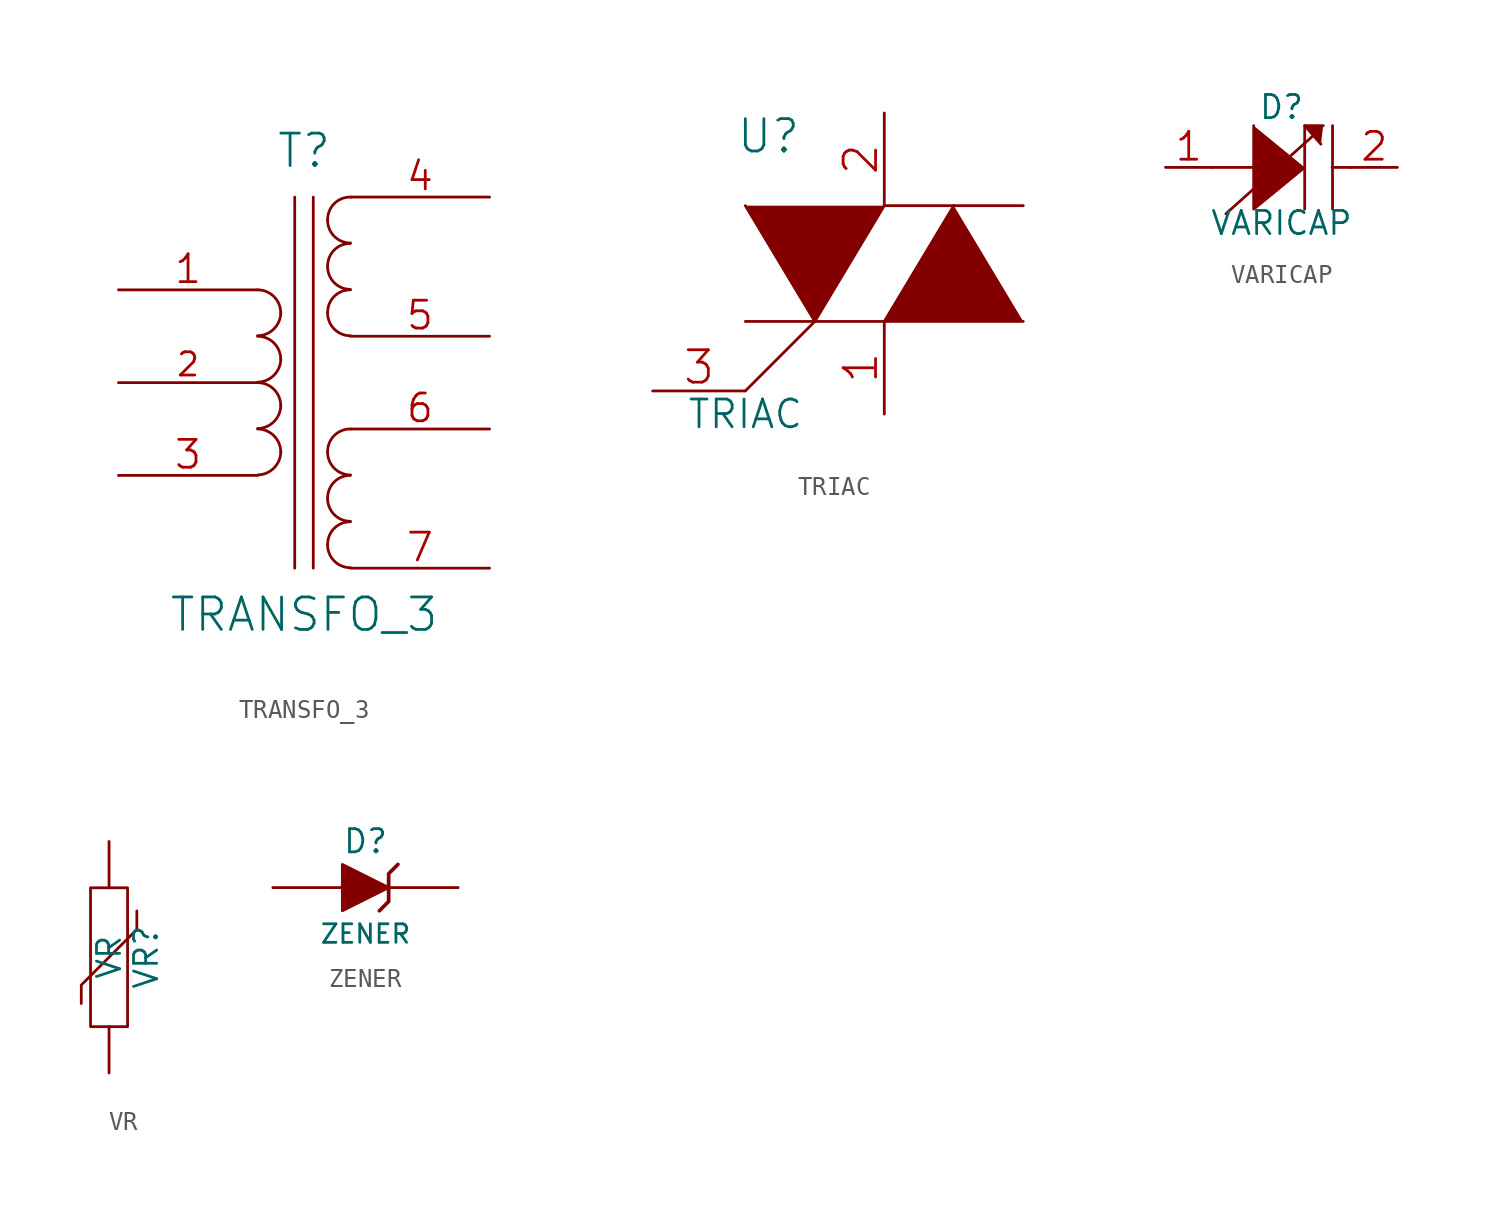
<source format=kicad_sym>
(kicad_symbol_lib
  (version 20231120)
  (generator "kicad_symbol_editor")
  (generator_version "8.0")
  (symbol "TRANSFO_3"
    (pin_names
      (offset 1.016) hide)
    (property "Reference" "T"
      (at 0 12.7 0)
      (effects (font (size 1.778 1.778))))
    (property "Value" "TRANSFO_3"
      (at 0 -12.7 0)
      (effects (font (size 1.778 1.778))))
    (property "Footprint" ""
      (at 0 0 0)
      (effects (font (size 1.524 1.524))))
    (property "Datasheet" ""
      (at 0 0 0)
      (effects (font (size 1.524 1.524))))
    (symbol "TRANSFO_3_0_1"
      (arc (start -2.54 -5.0546) (mid -1.6599 -4.6901) (end -1.27 -3.81) (stroke (width 0) (type solid)) (fill (type none)))
      (arc (start -2.54 -2.5146) (mid -1.6599 -2.1501) (end -1.27 -1.27) (stroke (width 0) (type solid)) (fill (type none)))
      (arc (start -2.54 0.0254) (mid -1.6599 0.3899) (end -1.27 1.27) (stroke (width 0) (type solid)) (fill (type none)))
      (arc (start -2.54 2.5654) (mid -1.6599 2.9299) (end -1.27 3.81) (stroke (width 0) (type solid)) (fill (type none)))
      (arc (start -1.27 -3.81) (mid -1.642 -2.912) (end -2.54 -2.54) (stroke (width 0) (type solid)) (fill (type none)))
      (arc (start -1.27 -1.27) (mid -1.642 -0.372) (end -2.54 0) (stroke (width 0) (type solid)) (fill (type none)))
      (arc (start -1.27 1.27) (mid -1.642 2.168) (end -2.54 2.54) (stroke (width 0) (type solid)) (fill (type none)))
      (arc (start -1.27 3.81) (mid -1.642 4.708) (end -2.54 5.08) (stroke (width 0) (type solid)) (fill (type none)))
      (polyline (pts (xy -0.508 -10.16) (xy -0.508 10.16)) (stroke (width 0) (type solid)) (fill (type none)))
      (polyline (pts (xy 0.508 10.16) (xy 0.508 -10.16)) (stroke (width 0) (type solid)) (fill (type none)))
      (arc (start 1.2954 -8.89) (mid 1.6599 -9.7701) (end 2.54 -10.1346) (stroke (width 0) (type solid)) (fill (type none)))
      (arc (start 1.2954 -6.35) (mid 1.6599 -7.2301) (end 2.54 -7.5946) (stroke (width 0) (type solid)) (fill (type none)))
      (arc (start 1.2954 -3.81) (mid 1.6599 -4.6901) (end 2.54 -5.0546) (stroke (width 0) (type solid)) (fill (type none)))
      (arc (start 1.2954 3.81) (mid 1.6599 2.9299) (end 2.54 2.5654) (stroke (width 0) (type solid)) (fill (type none)))
      (arc (start 1.2954 6.35) (mid 1.6599 5.4699) (end 2.54 5.1054) (stroke (width 0) (type solid)) (fill (type none)))
      (arc (start 1.2954 8.89) (mid 1.6599 8.0099) (end 2.54 7.6454) (stroke (width 0) (type solid)) (fill (type none)))
      (arc (start 2.54 -7.62) (mid 1.642 -7.992) (end 1.2954 -8.89) (stroke (width 0) (type solid)) (fill (type none)))
      (arc (start 2.54 -5.08) (mid 1.642 -5.452) (end 1.2954 -6.35) (stroke (width 0) (type solid)) (fill (type none)))
      (arc (start 2.54 -2.54) (mid 1.642 -2.912) (end 1.2954 -3.81) (stroke (width 0) (type solid)) (fill (type none)))
      (arc (start 2.54 5.08) (mid 1.642 4.708) (end 1.2954 3.81) (stroke (width 0) (type solid)) (fill (type none)))
      (arc (start 2.54 7.62) (mid 1.642 7.248) (end 1.2954 6.35) (stroke (width 0) (type solid)) (fill (type none)))
      (arc (start 2.54 10.16) (mid 1.642 9.788) (end 1.2954 8.89) (stroke (width 0) (type solid)) (fill (type none))))
    (symbol "TRANSFO_3_1_1"
      (pin passive line (at -10.16 5.08 0) (length 7.62) (name "IN+" (effects (font (size 1.524 1.524)))) (number "1" (effects (font (size 1.524 1.524)))))
      (pin passive line (at -10.16 0 0) (length 7.62) (name "PM" (effects (font (size 1.27 1.27)))) (number "2" (effects (font (size 1.27 1.27)))))
      (pin passive line (at -10.16 -5.08 0) (length 7.62) (name "IN-" (effects (font (size 1.524 1.524)))) (number "3" (effects (font (size 1.524 1.524)))))
      (pin passive line (at 10.16 10.16 180) (length 7.62) (name "OUT1A" (effects (font (size 1.524 1.524)))) (number "4" (effects (font (size 1.524 1.524)))))
      (pin passive line (at 10.16 2.54 180) (length 7.62) (name "OUT1B" (effects (font (size 1.524 1.524)))) (number "5" (effects (font (size 1.524 1.524)))))
      (pin passive line (at 10.16 -2.54 180) (length 7.62) (name "OUT2A" (effects (font (size 1.524 1.524)))) (number "6" (effects (font (size 1.524 1.524)))))
      (pin passive line (at 10.16 -10.16 180) (length 7.62) (name "OUT2B" (effects (font (size 1.524 1.524)))) (number "7" (effects (font (size 1.524 1.524)))))))
  (symbol "TRIAC"
    (pin_names
      (offset 0.254))
    (property "Reference" "U"
      (at -6.35 8.89 0)
      (effects (font (size 1.778 1.778))))
    (property "Value" "TRIAC"
      (at -7.62 -6.35 0)
      (effects (font (size 1.524 1.524))))
    (property "Footprint" ""
      (at 0 0 0)
      (effects (font (size 1.524 1.524))))
    (property "Datasheet" ""
      (at 0 0 0)
      (effects (font (size 1.524 1.524))))
    (symbol "TRIAC_0_1"
      (polyline (pts (xy -7.62 -1.27) (xy 0 -1.27)) (stroke (width 0) (type solid)) (fill (type none)))
      (polyline (pts (xy -3.81 -1.27) (xy -7.62 -5.08)) (stroke (width 0) (type solid)) (fill (type none)))
      (polyline (pts (xy 0 5.08) (xy 7.62 5.08)) (stroke (width 0) (type solid)) (fill (type none)))
      (polyline (pts (xy -7.62 5.08) (xy -3.81 -1.27) (xy 0 5.08)) (stroke (width 0) (type solid)) (fill (type outline)))
      (polyline (pts (xy 3.81 5.08) (xy 0 -1.27) (xy 7.62 -1.27)) (stroke (width 0) (type solid)) (fill (type outline))))
    (symbol "TRIAC_1_1"
      (pin passive line (at 0 -6.35 90) (length 5.08) (name "~" (effects (font (size 1.778 1.778)))) (number "1" (effects (font (size 1.778 1.778)))))
      (pin passive line (at 0 10.16 270) (length 5.08) (name "~" (effects (font (size 1.778 1.778)))) (number "2" (effects (font (size 1.778 1.778)))))
      (pin input line (at -12.7 -5.08 0) (length 5.08) (name "~" (effects (font (size 1.778 1.778)))) (number "3" (effects (font (size 1.778 1.778)))))))
  (symbol "VARICAP"
    (pin_names
      (offset 1.016) hide)
    (property "Reference" "D"
      (at 0 3.302 0)
      (effects (font (size 1.27 1.27))))
    (property "Value" "VARICAP"
      (at 0 -3.048 0)
      (effects (font (size 1.27 1.27))))
    (property "Footprint" ""
      (at 0 0 0)
      (effects (font (size 1.524 1.524))))
    (property "Datasheet" ""
      (at 0 0 0)
      (effects (font (size 1.524 1.524))))
    (symbol "VARICAP_0_1"
      (polyline (pts (xy -3.81 0) (xy -1.549 0)) (stroke (width 0) (type solid)) (fill (type none)))
      (polyline (pts (xy -3.048 -2.54) (xy 1.778 1.778)) (stroke (width 0) (type solid)) (fill (type none)))
      (polyline (pts (xy 1.27 -2.286) (xy 1.27 2.286)) (stroke (width 0) (type solid)) (fill (type none)))
      (polyline (pts (xy 2.769 0) (xy 3.81 0)) (stroke (width 0) (type solid)) (fill (type none)))
      (polyline (pts (xy 2.794 -2.286) (xy 2.794 2.286)) (stroke (width 0) (type solid)) (fill (type none)))
      (polyline (pts (xy -1.524 2.286) (xy -1.524 -2.286) (xy 1.27 0)) (stroke (width 0) (type solid)) (fill (type outline)))
      (polyline (pts (xy 2.286 2.286) (xy 1.27 2.286) (xy 2.159 1.27)) (stroke (width 0) (type solid)) (fill (type outline))))
    (symbol "VARICAP_1_1"
      (pin passive line (at -6.35 0 0) (length 2.54) (name "ANODE" (effects (font (size 1.524 1.524)))) (number "1" (effects (font (size 1.524 1.524)))))
      (pin passive line (at 6.35 0 180) (length 2.54) (name "CATHODE" (effects (font (size 1.524 1.524)))) (number "2" (effects (font (size 1.524 1.524)))))))
  (symbol "VR"
    (pin_numbers hide)
    (pin_names
      (offset 0))
    (property "Reference" "VR"
      (at 2.032 0 90)
      (effects (font (size 1.27 1.27))))
    (property "Value" "VR"
      (at 0 0 90)
      (effects (font (size 1.27 1.27))))
    (property "Footprint" ""
      (at 0 0 0)
      (effects (font (size 1.524 1.524))))
    (property "Datasheet" ""
      (at 0 0 0)
      (effects (font (size 1.524 1.524))))
    (symbol "VR_0_1"
      (rectangle (start -1.016 3.81) (end 1.016 -3.81) (stroke (width 0) (type solid)) (fill (type none)))
      (polyline (pts (xy -1.524 -2.54) (xy -1.524 -1.524) (xy 1.524 1.524) (xy 1.524 2.54) (xy 1.524 2.54)) (stroke (width 0) (type solid)) (fill (type none))))
    (symbol "VR_1_1"
      (pin passive line (at 0 6.35 270) (length 2.54) (name "~" (effects (font (size 1.524 1.524)))) (number "1" (effects (font (size 1.524 1.524)))))
      (pin passive line (at 0 -6.35 90) (length 2.54) (name "~" (effects (font (size 1.524 1.524)))) (number "2" (effects (font (size 1.524 1.524)))))))
  (symbol "ZENER"
    (pin_numbers hide)
    (pin_names
      (offset 1.016) hide)
    (property "Reference" "D"
      (at 0 2.54 0)
      (effects (font (size 1.27 1.27))))
    (property "Value" "ZENER"
      (at 0 -2.54 0)
      (effects (font (size 1.016 1.016))))
    (property "Footprint" ""
      (at 0 0 0)
      (effects (font (size 1.524 1.524))))
    (property "Datasheet" ""
      (at 0 0 0)
      (effects (font (size 1.524 1.524))))
    (symbol "ZENER_0_1"
      (polyline (pts (xy 1.27 0) (xy -1.27 1.27) (xy -1.27 -1.27) (xy 1.27 0) (xy 1.27 0)) (stroke (width 0) (type solid)) (fill (type outline)))
      (polyline (pts (xy 1.778 1.27) (xy 1.27 0.762) (xy 1.27 -0.762) (xy 0.762 -1.27) (xy 0.762 -1.27)) (stroke (width 0.203) (type solid)) (fill (type none))))
    (symbol "ZENER_1_1"
      (pin passive line (at -5.08 0 0) (length 3.81) (name "A" (effects (font (size 1.016 1.016)))) (number "1" (effects (font (size 1.016 1.016)))))
      (pin passive line (at 5.08 0 180) (length 3.81) (name "K" (effects (font (size 1.016 1.016)))) (number "2" (effects (font (size 1.016 1.016))))))))
</source>
